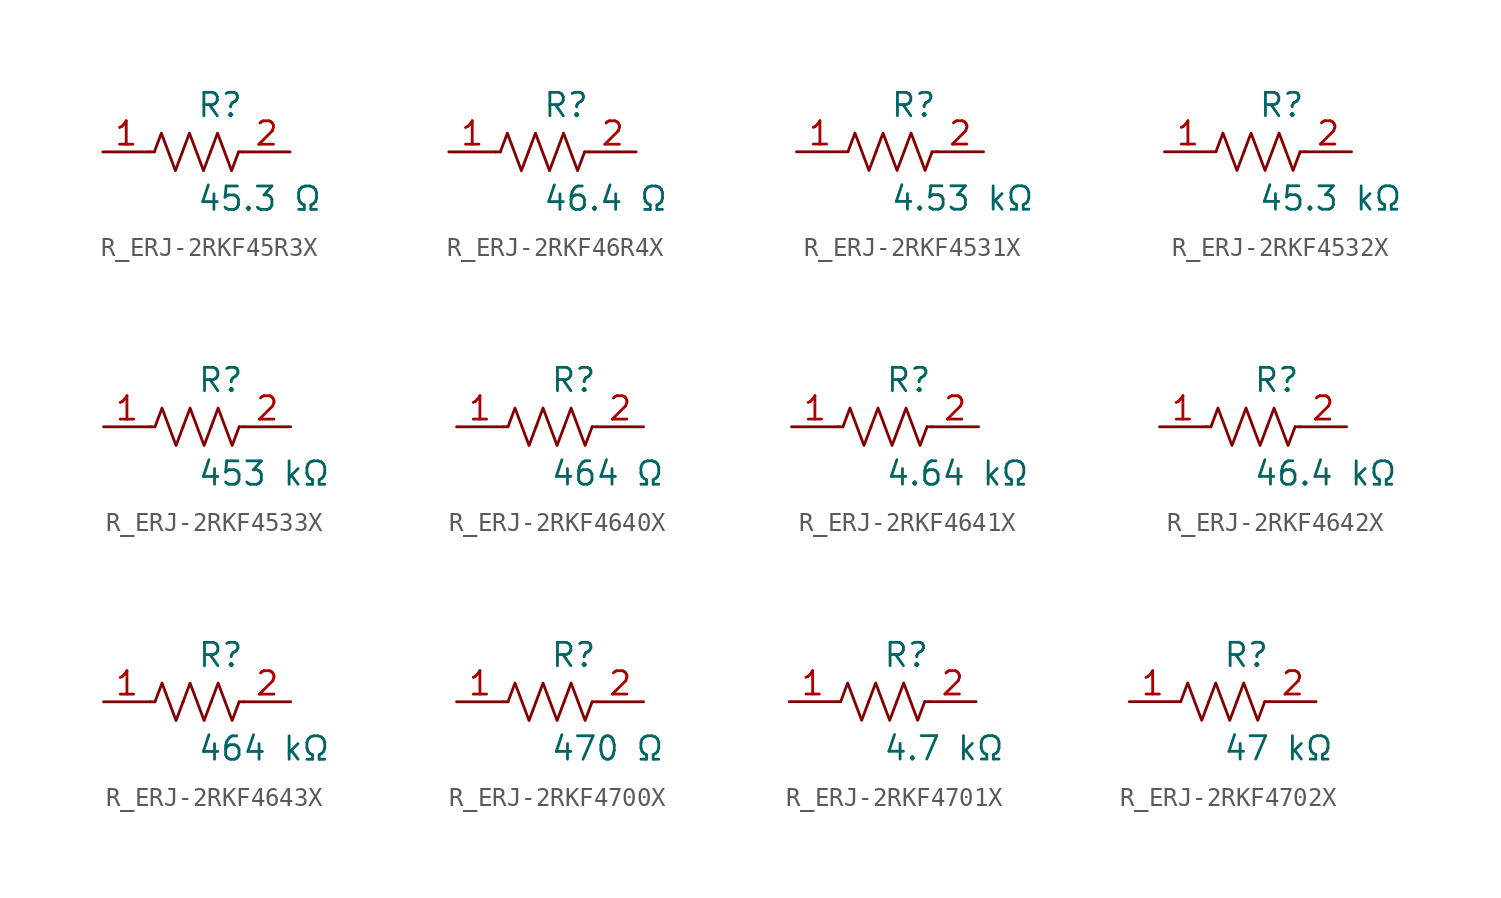
<source format=kicad_sym>
(kicad_symbol_lib
  (version 20231120)
  (generator kicad_symbol_editor)
  (generator_version 8.0)
  (symbol "R_ERJ-2RKF45R3X"
    (pin_names
      (offset 0.254))
    (property "Reference" "R"
      (at 0 2.54 0)
      (effects (font (size 1.27 1.27)) (justify left)))
    (property "Value" "45.3 Ω"
      (at 0 -2.54 0)
      (effects (font (size 1.27 1.27)) (justify left)))
    (symbol "R_ERJ-2RKF45R3X_0_1"
      (polyline (pts (xy 2.286 0) (xy 2.54 0)) (stroke (width 0) (type default)) (fill (type none)))
      (polyline (pts (xy -2.286 0) (xy -2.54 0)) (stroke (width 0) (type default)) (fill (type none)))
      (polyline (pts (xy 0.762 0) (xy 1.143 1.016) (xy 1.524 0) (xy 1.905 -1.016) (xy 2.286 0)) (stroke (width 0) (type default)) (fill (type none)))
      (polyline (pts (xy -0.762 0) (xy -0.381 1.016) (xy 0 0) (xy 0.381 -1.016) (xy 0.762 0)) (stroke (width 0) (type default)) (fill (type none)))
      (polyline (pts (xy -2.286 0) (xy -1.905 1.016) (xy -1.524 0) (xy -1.143 -1.016) (xy -0.762 0)) (stroke (width 0) (type default)) (fill (type none))))
    (pin passive line
      (at -5.08 0 0)
      (length 2.54)
      (name "" (effects (font (size 1.27 1.27))))
      (number "1" (effects (font (size 1.27 1.27)))))
    (pin passive line
      (at 5.08 0 180)
      (length 2.54)
      (name "" (effects (font (size 1.27 1.27))))
      (number "2" (effects (font (size 1.27 1.27))))))
  (symbol "R_ERJ-2RKF46R4X"
    (pin_names
      (offset 0.254))
    (property "Reference" "R"
      (at 0 2.54 0)
      (effects (font (size 1.27 1.27)) (justify left)))
    (property "Value" "46.4 Ω"
      (at 0 -2.54 0)
      (effects (font (size 1.27 1.27)) (justify left)))
    (symbol "R_ERJ-2RKF46R4X_0_1"
      (polyline (pts (xy 2.286 0) (xy 2.54 0)) (stroke (width 0) (type default)) (fill (type none)))
      (polyline (pts (xy -2.286 0) (xy -2.54 0)) (stroke (width 0) (type default)) (fill (type none)))
      (polyline (pts (xy 0.762 0) (xy 1.143 1.016) (xy 1.524 0) (xy 1.905 -1.016) (xy 2.286 0)) (stroke (width 0) (type default)) (fill (type none)))
      (polyline (pts (xy -0.762 0) (xy -0.381 1.016) (xy 0 0) (xy 0.381 -1.016) (xy 0.762 0)) (stroke (width 0) (type default)) (fill (type none)))
      (polyline (pts (xy -2.286 0) (xy -1.905 1.016) (xy -1.524 0) (xy -1.143 -1.016) (xy -0.762 0)) (stroke (width 0) (type default)) (fill (type none))))
    (pin passive line
      (at -5.08 0 0)
      (length 2.54)
      (name "" (effects (font (size 1.27 1.27))))
      (number "1" (effects (font (size 1.27 1.27)))))
    (pin passive line
      (at 5.08 0 180)
      (length 2.54)
      (name "" (effects (font (size 1.27 1.27))))
      (number "2" (effects (font (size 1.27 1.27))))))
  (symbol "R_ERJ-2RKF4531X"
    (pin_names
      (offset 0.254))
    (property "Reference" "R"
      (at 0 2.54 0)
      (effects (font (size 1.27 1.27)) (justify left)))
    (property "Value" "4.53 kΩ"
      (at 0 -2.54 0)
      (effects (font (size 1.27 1.27)) (justify left)))
    (symbol "R_ERJ-2RKF4531X_0_1"
      (polyline (pts (xy 2.286 0) (xy 2.54 0)) (stroke (width 0) (type default)) (fill (type none)))
      (polyline (pts (xy -2.286 0) (xy -2.54 0)) (stroke (width 0) (type default)) (fill (type none)))
      (polyline (pts (xy 0.762 0) (xy 1.143 1.016) (xy 1.524 0) (xy 1.905 -1.016) (xy 2.286 0)) (stroke (width 0) (type default)) (fill (type none)))
      (polyline (pts (xy -0.762 0) (xy -0.381 1.016) (xy 0 0) (xy 0.381 -1.016) (xy 0.762 0)) (stroke (width 0) (type default)) (fill (type none)))
      (polyline (pts (xy -2.286 0) (xy -1.905 1.016) (xy -1.524 0) (xy -1.143 -1.016) (xy -0.762 0)) (stroke (width 0) (type default)) (fill (type none))))
    (pin passive line
      (at -5.08 0 0)
      (length 2.54)
      (name "" (effects (font (size 1.27 1.27))))
      (number "1" (effects (font (size 1.27 1.27)))))
    (pin passive line
      (at 5.08 0 180)
      (length 2.54)
      (name "" (effects (font (size 1.27 1.27))))
      (number "2" (effects (font (size 1.27 1.27))))))
  (symbol "R_ERJ-2RKF4532X"
    (pin_names
      (offset 0.254))
    (property "Reference" "R"
      (at 0 2.54 0)
      (effects (font (size 1.27 1.27)) (justify left)))
    (property "Value" "45.3 kΩ"
      (at 0 -2.54 0)
      (effects (font (size 1.27 1.27)) (justify left)))
    (symbol "R_ERJ-2RKF4532X_0_1"
      (polyline (pts (xy 2.286 0) (xy 2.54 0)) (stroke (width 0) (type default)) (fill (type none)))
      (polyline (pts (xy -2.286 0) (xy -2.54 0)) (stroke (width 0) (type default)) (fill (type none)))
      (polyline (pts (xy 0.762 0) (xy 1.143 1.016) (xy 1.524 0) (xy 1.905 -1.016) (xy 2.286 0)) (stroke (width 0) (type default)) (fill (type none)))
      (polyline (pts (xy -0.762 0) (xy -0.381 1.016) (xy 0 0) (xy 0.381 -1.016) (xy 0.762 0)) (stroke (width 0) (type default)) (fill (type none)))
      (polyline (pts (xy -2.286 0) (xy -1.905 1.016) (xy -1.524 0) (xy -1.143 -1.016) (xy -0.762 0)) (stroke (width 0) (type default)) (fill (type none))))
    (pin passive line
      (at -5.08 0 0)
      (length 2.54)
      (name "" (effects (font (size 1.27 1.27))))
      (number "1" (effects (font (size 1.27 1.27)))))
    (pin passive line
      (at 5.08 0 180)
      (length 2.54)
      (name "" (effects (font (size 1.27 1.27))))
      (number "2" (effects (font (size 1.27 1.27))))))
  (symbol "R_ERJ-2RKF4533X"
    (pin_names
      (offset 0.254))
    (property "Reference" "R"
      (at 0 2.54 0)
      (effects (font (size 1.27 1.27)) (justify left)))
    (property "Value" "453 kΩ"
      (at 0 -2.54 0)
      (effects (font (size 1.27 1.27)) (justify left)))
    (symbol "R_ERJ-2RKF4533X_0_1"
      (polyline (pts (xy 2.286 0) (xy 2.54 0)) (stroke (width 0) (type default)) (fill (type none)))
      (polyline (pts (xy -2.286 0) (xy -2.54 0)) (stroke (width 0) (type default)) (fill (type none)))
      (polyline (pts (xy 0.762 0) (xy 1.143 1.016) (xy 1.524 0) (xy 1.905 -1.016) (xy 2.286 0)) (stroke (width 0) (type default)) (fill (type none)))
      (polyline (pts (xy -0.762 0) (xy -0.381 1.016) (xy 0 0) (xy 0.381 -1.016) (xy 0.762 0)) (stroke (width 0) (type default)) (fill (type none)))
      (polyline (pts (xy -2.286 0) (xy -1.905 1.016) (xy -1.524 0) (xy -1.143 -1.016) (xy -0.762 0)) (stroke (width 0) (type default)) (fill (type none))))
    (pin passive line
      (at -5.08 0 0)
      (length 2.54)
      (name "" (effects (font (size 1.27 1.27))))
      (number "1" (effects (font (size 1.27 1.27)))))
    (pin passive line
      (at 5.08 0 180)
      (length 2.54)
      (name "" (effects (font (size 1.27 1.27))))
      (number "2" (effects (font (size 1.27 1.27))))))
  (symbol "R_ERJ-2RKF4640X"
    (pin_names
      (offset 0.254))
    (property "Reference" "R"
      (at 0 2.54 0)
      (effects (font (size 1.27 1.27)) (justify left)))
    (property "Value" "464 Ω"
      (at 0 -2.54 0)
      (effects (font (size 1.27 1.27)) (justify left)))
    (symbol "R_ERJ-2RKF4640X_0_1"
      (polyline (pts (xy 2.286 0) (xy 2.54 0)) (stroke (width 0) (type default)) (fill (type none)))
      (polyline (pts (xy -2.286 0) (xy -2.54 0)) (stroke (width 0) (type default)) (fill (type none)))
      (polyline (pts (xy 0.762 0) (xy 1.143 1.016) (xy 1.524 0) (xy 1.905 -1.016) (xy 2.286 0)) (stroke (width 0) (type default)) (fill (type none)))
      (polyline (pts (xy -0.762 0) (xy -0.381 1.016) (xy 0 0) (xy 0.381 -1.016) (xy 0.762 0)) (stroke (width 0) (type default)) (fill (type none)))
      (polyline (pts (xy -2.286 0) (xy -1.905 1.016) (xy -1.524 0) (xy -1.143 -1.016) (xy -0.762 0)) (stroke (width 0) (type default)) (fill (type none))))
    (pin passive line
      (at -5.08 0 0)
      (length 2.54)
      (name "" (effects (font (size 1.27 1.27))))
      (number "1" (effects (font (size 1.27 1.27)))))
    (pin passive line
      (at 5.08 0 180)
      (length 2.54)
      (name "" (effects (font (size 1.27 1.27))))
      (number "2" (effects (font (size 1.27 1.27))))))
  (symbol "R_ERJ-2RKF4641X"
    (pin_names
      (offset 0.254))
    (property "Reference" "R"
      (at 0 2.54 0)
      (effects (font (size 1.27 1.27)) (justify left)))
    (property "Value" "4.64 kΩ"
      (at 0 -2.54 0)
      (effects (font (size 1.27 1.27)) (justify left)))
    (symbol "R_ERJ-2RKF4641X_0_1"
      (polyline (pts (xy 2.286 0) (xy 2.54 0)) (stroke (width 0) (type default)) (fill (type none)))
      (polyline (pts (xy -2.286 0) (xy -2.54 0)) (stroke (width 0) (type default)) (fill (type none)))
      (polyline (pts (xy 0.762 0) (xy 1.143 1.016) (xy 1.524 0) (xy 1.905 -1.016) (xy 2.286 0)) (stroke (width 0) (type default)) (fill (type none)))
      (polyline (pts (xy -0.762 0) (xy -0.381 1.016) (xy 0 0) (xy 0.381 -1.016) (xy 0.762 0)) (stroke (width 0) (type default)) (fill (type none)))
      (polyline (pts (xy -2.286 0) (xy -1.905 1.016) (xy -1.524 0) (xy -1.143 -1.016) (xy -0.762 0)) (stroke (width 0) (type default)) (fill (type none))))
    (pin passive line
      (at -5.08 0 0)
      (length 2.54)
      (name "" (effects (font (size 1.27 1.27))))
      (number "1" (effects (font (size 1.27 1.27)))))
    (pin passive line
      (at 5.08 0 180)
      (length 2.54)
      (name "" (effects (font (size 1.27 1.27))))
      (number "2" (effects (font (size 1.27 1.27))))))
  (symbol "R_ERJ-2RKF4642X"
    (pin_names
      (offset 0.254))
    (property "Reference" "R"
      (at 0 2.54 0)
      (effects (font (size 1.27 1.27)) (justify left)))
    (property "Value" "46.4 kΩ"
      (at 0 -2.54 0)
      (effects (font (size 1.27 1.27)) (justify left)))
    (symbol "R_ERJ-2RKF4642X_0_1"
      (polyline (pts (xy 2.286 0) (xy 2.54 0)) (stroke (width 0) (type default)) (fill (type none)))
      (polyline (pts (xy -2.286 0) (xy -2.54 0)) (stroke (width 0) (type default)) (fill (type none)))
      (polyline (pts (xy 0.762 0) (xy 1.143 1.016) (xy 1.524 0) (xy 1.905 -1.016) (xy 2.286 0)) (stroke (width 0) (type default)) (fill (type none)))
      (polyline (pts (xy -0.762 0) (xy -0.381 1.016) (xy 0 0) (xy 0.381 -1.016) (xy 0.762 0)) (stroke (width 0) (type default)) (fill (type none)))
      (polyline (pts (xy -2.286 0) (xy -1.905 1.016) (xy -1.524 0) (xy -1.143 -1.016) (xy -0.762 0)) (stroke (width 0) (type default)) (fill (type none))))
    (pin passive line
      (at -5.08 0 0)
      (length 2.54)
      (name "" (effects (font (size 1.27 1.27))))
      (number "1" (effects (font (size 1.27 1.27)))))
    (pin passive line
      (at 5.08 0 180)
      (length 2.54)
      (name "" (effects (font (size 1.27 1.27))))
      (number "2" (effects (font (size 1.27 1.27))))))
  (symbol "R_ERJ-2RKF4643X"
    (pin_names
      (offset 0.254))
    (property "Reference" "R"
      (at 0 2.54 0)
      (effects (font (size 1.27 1.27)) (justify left)))
    (property "Value" "464 kΩ"
      (at 0 -2.54 0)
      (effects (font (size 1.27 1.27)) (justify left)))
    (symbol "R_ERJ-2RKF4643X_0_1"
      (polyline (pts (xy 2.286 0) (xy 2.54 0)) (stroke (width 0) (type default)) (fill (type none)))
      (polyline (pts (xy -2.286 0) (xy -2.54 0)) (stroke (width 0) (type default)) (fill (type none)))
      (polyline (pts (xy 0.762 0) (xy 1.143 1.016) (xy 1.524 0) (xy 1.905 -1.016) (xy 2.286 0)) (stroke (width 0) (type default)) (fill (type none)))
      (polyline (pts (xy -0.762 0) (xy -0.381 1.016) (xy 0 0) (xy 0.381 -1.016) (xy 0.762 0)) (stroke (width 0) (type default)) (fill (type none)))
      (polyline (pts (xy -2.286 0) (xy -1.905 1.016) (xy -1.524 0) (xy -1.143 -1.016) (xy -0.762 0)) (stroke (width 0) (type default)) (fill (type none))))
    (pin passive line
      (at -5.08 0 0)
      (length 2.54)
      (name "" (effects (font (size 1.27 1.27))))
      (number "1" (effects (font (size 1.27 1.27)))))
    (pin passive line
      (at 5.08 0 180)
      (length 2.54)
      (name "" (effects (font (size 1.27 1.27))))
      (number "2" (effects (font (size 1.27 1.27))))))
  (symbol "R_ERJ-2RKF4700X"
    (pin_names
      (offset 0.254))
    (property "Reference" "R"
      (at 0 2.54 0)
      (effects (font (size 1.27 1.27)) (justify left)))
    (property "Value" "470 Ω"
      (at 0 -2.54 0)
      (effects (font (size 1.27 1.27)) (justify left)))
    (symbol "R_ERJ-2RKF4700X_0_1"
      (polyline (pts (xy 2.286 0) (xy 2.54 0)) (stroke (width 0) (type default)) (fill (type none)))
      (polyline (pts (xy -2.286 0) (xy -2.54 0)) (stroke (width 0) (type default)) (fill (type none)))
      (polyline (pts (xy 0.762 0) (xy 1.143 1.016) (xy 1.524 0) (xy 1.905 -1.016) (xy 2.286 0)) (stroke (width 0) (type default)) (fill (type none)))
      (polyline (pts (xy -0.762 0) (xy -0.381 1.016) (xy 0 0) (xy 0.381 -1.016) (xy 0.762 0)) (stroke (width 0) (type default)) (fill (type none)))
      (polyline (pts (xy -2.286 0) (xy -1.905 1.016) (xy -1.524 0) (xy -1.143 -1.016) (xy -0.762 0)) (stroke (width 0) (type default)) (fill (type none))))
    (pin passive line
      (at -5.08 0 0)
      (length 2.54)
      (name "" (effects (font (size 1.27 1.27))))
      (number "1" (effects (font (size 1.27 1.27)))))
    (pin passive line
      (at 5.08 0 180)
      (length 2.54)
      (name "" (effects (font (size 1.27 1.27))))
      (number "2" (effects (font (size 1.27 1.27))))))
  (symbol "R_ERJ-2RKF4701X"
    (pin_names
      (offset 0.254))
    (property "Reference" "R"
      (at 0 2.54 0)
      (effects (font (size 1.27 1.27)) (justify left)))
    (property "Value" "4.7 kΩ"
      (at 0 -2.54 0)
      (effects (font (size 1.27 1.27)) (justify left)))
    (symbol "R_ERJ-2RKF4701X_0_1"
      (polyline (pts (xy 2.286 0) (xy 2.54 0)) (stroke (width 0) (type default)) (fill (type none)))
      (polyline (pts (xy -2.286 0) (xy -2.54 0)) (stroke (width 0) (type default)) (fill (type none)))
      (polyline (pts (xy 0.762 0) (xy 1.143 1.016) (xy 1.524 0) (xy 1.905 -1.016) (xy 2.286 0)) (stroke (width 0) (type default)) (fill (type none)))
      (polyline (pts (xy -0.762 0) (xy -0.381 1.016) (xy 0 0) (xy 0.381 -1.016) (xy 0.762 0)) (stroke (width 0) (type default)) (fill (type none)))
      (polyline (pts (xy -2.286 0) (xy -1.905 1.016) (xy -1.524 0) (xy -1.143 -1.016) (xy -0.762 0)) (stroke (width 0) (type default)) (fill (type none))))
    (pin passive line
      (at -5.08 0 0)
      (length 2.54)
      (name "" (effects (font (size 1.27 1.27))))
      (number "1" (effects (font (size 1.27 1.27)))))
    (pin passive line
      (at 5.08 0 180)
      (length 2.54)
      (name "" (effects (font (size 1.27 1.27))))
      (number "2" (effects (font (size 1.27 1.27))))))
  (symbol "R_ERJ-2RKF4702X"
    (pin_names
      (offset 0.254))
    (property "Reference" "R"
      (at 0 2.54 0)
      (effects (font (size 1.27 1.27)) (justify left)))
    (property "Value" "47 kΩ"
      (at 0 -2.54 0)
      (effects (font (size 1.27 1.27)) (justify left)))
    (symbol "R_ERJ-2RKF4702X_0_1"
      (polyline (pts (xy 2.286 0) (xy 2.54 0)) (stroke (width 0) (type default)) (fill (type none)))
      (polyline (pts (xy -2.286 0) (xy -2.54 0)) (stroke (width 0) (type default)) (fill (type none)))
      (polyline (pts (xy 0.762 0) (xy 1.143 1.016) (xy 1.524 0) (xy 1.905 -1.016) (xy 2.286 0)) (stroke (width 0) (type default)) (fill (type none)))
      (polyline (pts (xy -0.762 0) (xy -0.381 1.016) (xy 0 0) (xy 0.381 -1.016) (xy 0.762 0)) (stroke (width 0) (type default)) (fill (type none)))
      (polyline (pts (xy -2.286 0) (xy -1.905 1.016) (xy -1.524 0) (xy -1.143 -1.016) (xy -0.762 0)) (stroke (width 0) (type default)) (fill (type none))))
    (pin passive line
      (at -5.08 0 0)
      (length 2.54)
      (name "" (effects (font (size 1.27 1.27))))
      (number "1" (effects (font (size 1.27 1.27)))))
    (pin passive line
      (at 5.08 0 180)
      (length 2.54)
      (name "" (effects (font (size 1.27 1.27))))
      (number "2" (effects (font (size 1.27 1.27)))))))
</source>
